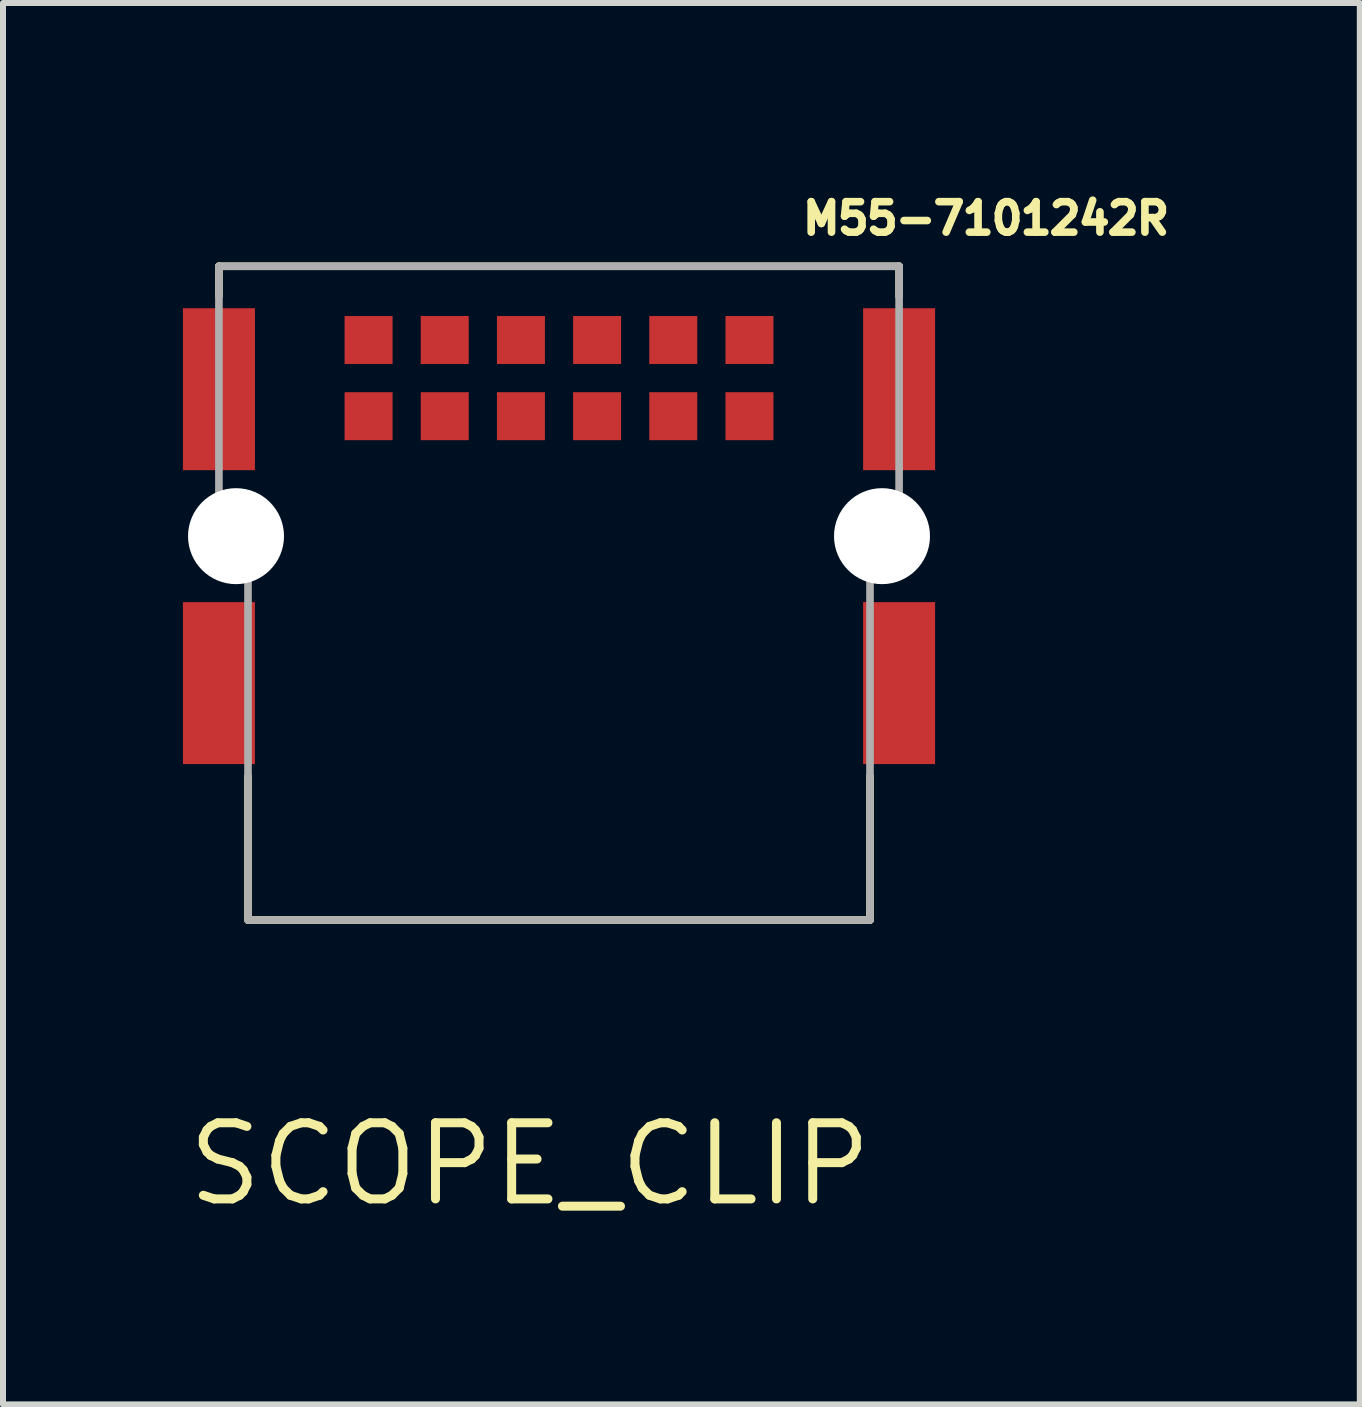
<source format=kicad_pcb>
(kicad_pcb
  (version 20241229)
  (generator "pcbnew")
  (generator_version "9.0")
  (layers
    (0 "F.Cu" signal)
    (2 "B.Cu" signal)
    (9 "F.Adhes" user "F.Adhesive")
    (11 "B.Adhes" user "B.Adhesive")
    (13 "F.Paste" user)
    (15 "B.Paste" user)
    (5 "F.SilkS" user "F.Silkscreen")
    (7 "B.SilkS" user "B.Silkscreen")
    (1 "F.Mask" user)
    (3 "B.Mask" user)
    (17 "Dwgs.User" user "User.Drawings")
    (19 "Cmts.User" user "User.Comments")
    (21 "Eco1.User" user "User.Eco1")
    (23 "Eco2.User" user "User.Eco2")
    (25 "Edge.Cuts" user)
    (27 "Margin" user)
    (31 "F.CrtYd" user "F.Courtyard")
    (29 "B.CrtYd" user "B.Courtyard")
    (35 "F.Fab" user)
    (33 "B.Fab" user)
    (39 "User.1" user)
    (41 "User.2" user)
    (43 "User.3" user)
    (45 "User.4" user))
  (footprint "SCOPE_CLIP"
    (layer "F.Cu")
    (at 5.783 16.359)
    (property "Reference" "SCOPE_CLIP" (at 0 0 0) (layer "F.SilkS") (effects (font (size 1.27 1.27) (thickness 0.15))))
    (fp_poly (pts (xy -2 1) (xy 2 1) (xy 2 -1) (xy -2 -1)) (stroke (width 0) (type default)) (fill yes) (layer "F.Mask"))
    (fp_poly (pts (xy -2 1) (xy 2 1) (xy 2 -1) (xy -2 -1)) (stroke (width 0) (type default)) (fill yes) (layer "B.Mask")))
  (footprint "M55-7101242R"
    (layer "F.Cu")
    (at 6.27 5.889)
    (property "Reference" "M55-7101242R" (at 4 -5 0) (unlocked yes) (layer "F.SilkS") (effects (font (size 0.508 0.508) (thickness 0.127)) (justify left bottom)))
    (fp_line (start -5.67 -4.5) (end -5.67 -4) (stroke (width 0.127) (type solid)) (layer "F.SilkS"))
    (fp_line (start -5.185 6.4) (end -5.185 4) (stroke (width 0.127) (type solid)) (layer "F.SilkS"))
    (fp_line (start 5.185 6.4) (end -5.185 6.4) (stroke (width 0.127) (type solid)) (layer "F.SilkS"))
    (fp_line (start 5.185 6.4) (end 5.185 4) (stroke (width 0.127) (type solid)) (layer "F.SilkS"))
    (fp_line (start 5.67 -4.5) (end -5.67 -4.5) (stroke (width 0.127) (type solid)) (layer "F.SilkS"))
    (fp_line (start 5.67 -4) (end 5.67 -4.5) (stroke (width 0.127) (type solid)) (layer "F.SilkS"))
    (fp_line (start -5.67 -4.5) (end -5.67 0) (stroke (width 0.127) (type solid)) (layer "F.Fab"))
    (fp_line (start -5.67 0) (end -5.185 0) (stroke (width 0.127) (type solid)) (layer "F.Fab"))
    (fp_line (start -5.185 6.4) (end -5.185 0) (stroke (width 0.127) (type solid)) (layer "F.Fab"))
    (fp_line (start 5.185 0) (end 5.185 6.4) (stroke (width 0.127) (type solid)) (layer "F.Fab"))
    (fp_line (start 5.185 0) (end 5.67 0) (stroke (width 0.127) (type solid)) (layer "F.Fab"))
    (fp_line (start 5.185 6.4) (end -5.185 6.4) (stroke (width 0.127) (type solid)) (layer "F.Fab"))
    (fp_line (start 5.67 -4.5) (end -5.67 -4.5) (stroke (width 0.127) (type solid)) (layer "F.Fab"))
    (fp_line (start 5.67 0) (end 5.67 -4.5) (stroke (width 0.127) (type solid)) (layer "F.Fab"))
    (pad "" np_thru_hole circle (at -5.385 0) (size 1.6 1.6) (drill 1.6) (layers "*.Cu" "*.Mask"))
    (pad "" np_thru_hole circle (at 5.385 0) (size 1.6 1.6) (drill 1.6) (layers "*.Cu" "*.Mask"))
    (pad "1" smd rect (at 3.175 -2) (size 0.8 0.8) (layers "F.Cu" "F.Mask" "F.Paste"))
    (pad "2" smd rect (at 3.175 -3.27) (size 0.8 0.8) (layers "F.Cu" "F.Mask" "F.Paste"))
    (pad "3" smd rect (at 1.905 -2) (size 0.8 0.8) (layers "F.Cu" "F.Mask" "F.Paste"))
    (pad "4" smd rect (at 1.905 -3.27) (size 0.8 0.8) (layers "F.Cu" "F.Mask" "F.Paste"))
    (pad "5" smd rect (at 0.635 -2) (size 0.8 0.8) (layers "F.Cu" "F.Mask" "F.Paste"))
    (pad "6" smd rect (at 0.635 -3.27) (size 0.8 0.8) (layers "F.Cu" "F.Mask" "F.Paste"))
    (pad "7" smd rect (at -0.635 -2) (size 0.8 0.8) (layers "F.Cu" "F.Mask" "F.Paste"))
    (pad "8" smd rect (at -0.635 -3.27) (size 0.8 0.8) (layers "F.Cu" "F.Mask" "F.Paste"))
    (pad "9" smd rect (at -1.905 -2) (size 0.8 0.8) (layers "F.Cu" "F.Mask" "F.Paste"))
    (pad "10" smd rect (at -1.905 -3.27) (size 0.8 0.8) (layers "F.Cu" "F.Mask" "F.Paste"))
    (pad "11" smd rect (at -3.175 -2) (size 0.8 0.8) (layers "F.Cu" "F.Mask" "F.Paste"))
    (pad "12" smd rect (at -3.175 -3.27) (size 0.8 0.8) (layers "F.Cu" "F.Mask" "F.Paste"))
    (pad "P$1" smd rect (at 5.67 -2.45) (size 1.2 2.7) (layers "F.Cu" "F.Mask" "F.Paste"))
    (pad "P$2" smd rect (at 5.67 2.45) (size 1.2 2.7) (layers "F.Cu" "F.Mask" "F.Paste"))
    (pad "P$3" smd rect (at -5.67 -2.45) (size 1.2 2.7) (layers "F.Cu" "F.Mask" "F.Paste"))
    (pad "P$4" smd rect (at -5.67 2.45) (size 1.2 2.7) (layers "F.Cu" "F.Mask" "F.Paste")))
  (gr_rect
    (start -3 -3)
    (end 19.621 20.365)
    (stroke (width 0.1) (type default))
    (fill no)
    (layer "Edge.Cuts")))
</source>
